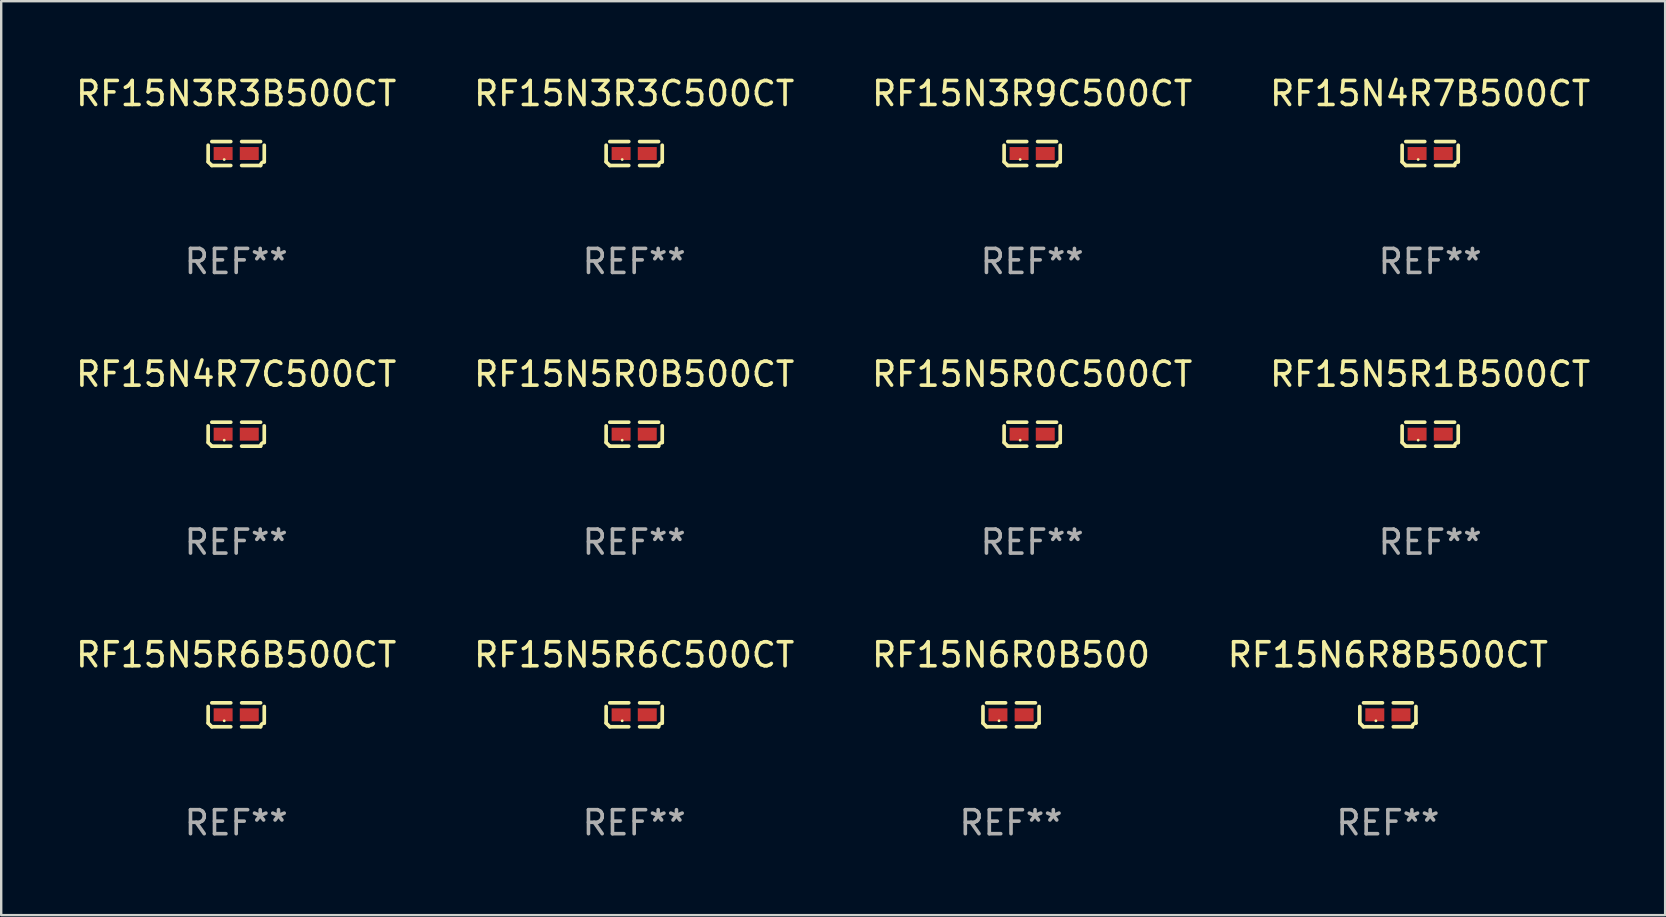
<source format=kicad_pcb>
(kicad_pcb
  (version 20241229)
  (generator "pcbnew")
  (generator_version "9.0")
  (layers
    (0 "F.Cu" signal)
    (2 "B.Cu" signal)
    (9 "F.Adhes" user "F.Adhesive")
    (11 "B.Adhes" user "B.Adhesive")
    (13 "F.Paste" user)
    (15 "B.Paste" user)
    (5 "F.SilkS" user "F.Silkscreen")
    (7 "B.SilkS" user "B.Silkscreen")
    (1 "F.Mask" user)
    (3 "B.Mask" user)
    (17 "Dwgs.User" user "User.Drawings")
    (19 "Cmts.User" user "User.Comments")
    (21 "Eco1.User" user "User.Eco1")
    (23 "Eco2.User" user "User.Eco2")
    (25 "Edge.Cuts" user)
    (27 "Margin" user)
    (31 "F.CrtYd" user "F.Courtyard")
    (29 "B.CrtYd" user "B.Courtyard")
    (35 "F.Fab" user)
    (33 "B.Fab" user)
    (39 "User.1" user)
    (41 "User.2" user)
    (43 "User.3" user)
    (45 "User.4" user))
  (footprint "RF15N5R1B500CT"
    (layer "F.Cu")
    (at 56.542 15.041)
    (property "Reference" "RF15N5R1B500CT" (at 0 -2.499 0) (layer "F.SilkS") (effects (font (size 1 1) (thickness 0.15))))
    (attr through_hole)
    (fp_line (start -1.169 0.346) (end -1.169 -0.346) (stroke (width 0.152) (type solid)) (layer "F.SilkS"))
    (fp_line (start -1.016 -0.499) (end -0.226 -0.499) (stroke (width 0.152) (type solid)) (layer "F.SilkS"))
    (fp_line (start -0.226 0.499) (end -1.016 0.499) (stroke (width 0.152) (type solid)) (layer "F.SilkS"))
    (fp_line (start 0.226 0.499) (end 1.016 0.499) (stroke (width 0.152) (type solid)) (layer "F.SilkS"))
    (fp_line (start 1.016 -0.499) (end 0.226 -0.499) (stroke (width 0.152) (type solid)) (layer "F.SilkS"))
    (fp_line (start 1.169 0.346) (end 1.169 -0.346) (stroke (width 0.152) (type solid)) (layer "F.SilkS"))
    (fp_arc (start -1.016307 0.498603) (mid -1.092512 0.422405) (end -1.16871 0.3462) (stroke (width 0.1524) (type solid)) (layer "F.SilkS"))
    (fp_arc (start 1.016307 0.498603) (mid 1.060899 0.390758) (end 1.168707 0.346076) (stroke (width 0.1524) (type solid)) (layer "F.SilkS"))
    (fp_circle (center -0.5 0.25) (end -0.47 0.25) (stroke (width 0.06) (type solid)) (fill no) (layer "F.SilkS"))
    (fp_text user "REF**" (at 0 4.499 0) (layer "F.Fab") (effects (font (size 1 1) (thickness 0.15))))
    (pad "1" smd rect (at -0.545 0) (size 0.79 0.54) (layers "F.Cu" "F.Mask" "F.Paste"))
    (pad "2" smd rect (at 0.545 0) (size 0.79 0.54) (layers "F.Cu" "F.Mask" "F.Paste")))
  (footprint "RF15N4R7B500CT"
    (layer "F.Cu")
    (at 56.542 3.347)
    (property "Reference" "RF15N4R7B500CT" (at 0 -2.499 0) (layer "F.SilkS") (effects (font (size 1 1) (thickness 0.15))))
    (attr through_hole)
    (fp_line (start -1.169 0.346) (end -1.169 -0.346) (stroke (width 0.152) (type solid)) (layer "F.SilkS"))
    (fp_line (start -1.016 -0.499) (end -0.226 -0.499) (stroke (width 0.152) (type solid)) (layer "F.SilkS"))
    (fp_line (start -0.226 0.499) (end -1.016 0.499) (stroke (width 0.152) (type solid)) (layer "F.SilkS"))
    (fp_line (start 0.226 0.499) (end 1.016 0.499) (stroke (width 0.152) (type solid)) (layer "F.SilkS"))
    (fp_line (start 1.016 -0.499) (end 0.226 -0.499) (stroke (width 0.152) (type solid)) (layer "F.SilkS"))
    (fp_line (start 1.169 0.346) (end 1.169 -0.346) (stroke (width 0.152) (type solid)) (layer "F.SilkS"))
    (fp_arc (start -1.016307 0.498603) (mid -1.092512 0.422405) (end -1.16871 0.3462) (stroke (width 0.1524) (type solid)) (layer "F.SilkS"))
    (fp_arc (start 1.016307 0.498603) (mid 1.060899 0.390758) (end 1.168707 0.346076) (stroke (width 0.1524) (type solid)) (layer "F.SilkS"))
    (fp_circle (center -0.5 0.25) (end -0.47 0.25) (stroke (width 0.06) (type solid)) (fill no) (layer "F.SilkS"))
    (fp_text user "REF**" (at 0 4.499 0) (layer "F.Fab") (effects (font (size 1 1) (thickness 0.15))))
    (pad "1" smd rect (at -0.545 0) (size 0.79 0.54) (layers "F.Cu" "F.Mask" "F.Paste"))
    (pad "2" smd rect (at 0.545 0) (size 0.79 0.54) (layers "F.Cu" "F.Mask" "F.Paste")))
  (footprint "RF15N6R0B500"
    (layer "F.Cu")
    (at 39.077 26.734)
    (property "Reference" "RF15N6R0B500" (at 0 -2.499 0) (layer "F.SilkS") (effects (font (size 1 1) (thickness 0.15))))
    (attr through_hole)
    (fp_line (start -1.169 0.346) (end -1.169 -0.346) (stroke (width 0.152) (type solid)) (layer "F.SilkS"))
    (fp_line (start -1.016 -0.499) (end -0.226 -0.499) (stroke (width 0.152) (type solid)) (layer "F.SilkS"))
    (fp_line (start -0.226 0.499) (end -1.016 0.499) (stroke (width 0.152) (type solid)) (layer "F.SilkS"))
    (fp_line (start 0.226 0.499) (end 1.016 0.499) (stroke (width 0.152) (type solid)) (layer "F.SilkS"))
    (fp_line (start 1.016 -0.499) (end 0.226 -0.499) (stroke (width 0.152) (type solid)) (layer "F.SilkS"))
    (fp_line (start 1.169 0.346) (end 1.169 -0.346) (stroke (width 0.152) (type solid)) (layer "F.SilkS"))
    (fp_arc (start -1.016307 0.498603) (mid -1.092512 0.422405) (end -1.16871 0.3462) (stroke (width 0.1524) (type solid)) (layer "F.SilkS"))
    (fp_arc (start 1.016307 0.498603) (mid 1.060899 0.390758) (end 1.168707 0.346076) (stroke (width 0.1524) (type solid)) (layer "F.SilkS"))
    (fp_circle (center -0.5 0.25) (end -0.47 0.25) (stroke (width 0.06) (type solid)) (fill no) (layer "F.SilkS"))
    (fp_text user "REF**" (at 0 4.499 0) (layer "F.Fab") (effects (font (size 1 1) (thickness 0.15))))
    (pad "1" smd rect (at -0.545 0) (size 0.79 0.54) (layers "F.Cu" "F.Mask" "F.Paste"))
    (pad "2" smd rect (at 0.545 0) (size 0.79 0.54) (layers "F.Cu" "F.Mask" "F.Paste")))
  (footprint "RF15N5R6C500CT"
    (layer "F.Cu")
    (at 23.375 26.734)
    (property "Reference" "RF15N5R6C500CT" (at 0 -2.499 0) (layer "F.SilkS") (effects (font (size 1 1) (thickness 0.15))))
    (attr through_hole)
    (fp_line (start -1.169 0.346) (end -1.169 -0.346) (stroke (width 0.152) (type solid)) (layer "F.SilkS"))
    (fp_line (start -1.016 -0.499) (end -0.226 -0.499) (stroke (width 0.152) (type solid)) (layer "F.SilkS"))
    (fp_line (start -0.226 0.499) (end -1.016 0.499) (stroke (width 0.152) (type solid)) (layer "F.SilkS"))
    (fp_line (start 0.226 0.499) (end 1.016 0.499) (stroke (width 0.152) (type solid)) (layer "F.SilkS"))
    (fp_line (start 1.016 -0.499) (end 0.226 -0.499) (stroke (width 0.152) (type solid)) (layer "F.SilkS"))
    (fp_line (start 1.169 0.346) (end 1.169 -0.346) (stroke (width 0.152) (type solid)) (layer "F.SilkS"))
    (fp_arc (start -1.016307 0.498603) (mid -1.092512 0.422405) (end -1.16871 0.3462) (stroke (width 0.1524) (type solid)) (layer "F.SilkS"))
    (fp_arc (start 1.016307 0.498603) (mid 1.060899 0.390758) (end 1.168707 0.346076) (stroke (width 0.1524) (type solid)) (layer "F.SilkS"))
    (fp_circle (center -0.5 0.25) (end -0.47 0.25) (stroke (width 0.06) (type solid)) (fill no) (layer "F.SilkS"))
    (fp_text user "REF**" (at 0 4.499 0) (layer "F.Fab") (effects (font (size 1 1) (thickness 0.15))))
    (pad "1" smd rect (at -0.545 0) (size 0.79 0.54) (layers "F.Cu" "F.Mask" "F.Paste"))
    (pad "2" smd rect (at 0.545 0) (size 0.79 0.54) (layers "F.Cu" "F.Mask" "F.Paste")))
  (footprint "RF15N5R6B500CT"
    (layer "F.Cu")
    (at 6.792 26.734)
    (property "Reference" "RF15N5R6B500CT" (at 0 -2.499 0) (layer "F.SilkS") (effects (font (size 1 1) (thickness 0.15))))
    (attr through_hole)
    (fp_line (start -1.169 0.346) (end -1.169 -0.346) (stroke (width 0.152) (type solid)) (layer "F.SilkS"))
    (fp_line (start -1.016 -0.499) (end -0.226 -0.499) (stroke (width 0.152) (type solid)) (layer "F.SilkS"))
    (fp_line (start -0.226 0.499) (end -1.016 0.499) (stroke (width 0.152) (type solid)) (layer "F.SilkS"))
    (fp_line (start 0.226 0.499) (end 1.016 0.499) (stroke (width 0.152) (type solid)) (layer "F.SilkS"))
    (fp_line (start 1.016 -0.499) (end 0.226 -0.499) (stroke (width 0.152) (type solid)) (layer "F.SilkS"))
    (fp_line (start 1.169 0.346) (end 1.169 -0.346) (stroke (width 0.152) (type solid)) (layer "F.SilkS"))
    (fp_arc (start -1.016307 0.498603) (mid -1.092512 0.422405) (end -1.16871 0.3462) (stroke (width 0.1524) (type solid)) (layer "F.SilkS"))
    (fp_arc (start 1.016307 0.498603) (mid 1.060899 0.390758) (end 1.168707 0.346076) (stroke (width 0.1524) (type solid)) (layer "F.SilkS"))
    (fp_circle (center -0.5 0.25) (end -0.47 0.25) (stroke (width 0.06) (type solid)) (fill no) (layer "F.SilkS"))
    (fp_text user "REF**" (at 0 4.499 0) (layer "F.Fab") (effects (font (size 1 1) (thickness 0.15))))
    (pad "1" smd rect (at -0.545 0) (size 0.79 0.54) (layers "F.Cu" "F.Mask" "F.Paste"))
    (pad "2" smd rect (at 0.545 0) (size 0.79 0.54) (layers "F.Cu" "F.Mask" "F.Paste")))
  (footprint "RF15N5R0B500CT"
    (layer "F.Cu")
    (at 23.375 15.041)
    (property "Reference" "RF15N5R0B500CT" (at 0 -2.499 0) (layer "F.SilkS") (effects (font (size 1 1) (thickness 0.15))))
    (attr through_hole)
    (fp_line (start -1.169 0.346) (end -1.169 -0.346) (stroke (width 0.152) (type solid)) (layer "F.SilkS"))
    (fp_line (start -1.016 -0.499) (end -0.226 -0.499) (stroke (width 0.152) (type solid)) (layer "F.SilkS"))
    (fp_line (start -0.226 0.499) (end -1.016 0.499) (stroke (width 0.152) (type solid)) (layer "F.SilkS"))
    (fp_line (start 0.226 0.499) (end 1.016 0.499) (stroke (width 0.152) (type solid)) (layer "F.SilkS"))
    (fp_line (start 1.016 -0.499) (end 0.226 -0.499) (stroke (width 0.152) (type solid)) (layer "F.SilkS"))
    (fp_line (start 1.169 0.346) (end 1.169 -0.346) (stroke (width 0.152) (type solid)) (layer "F.SilkS"))
    (fp_arc (start -1.016307 0.498603) (mid -1.092512 0.422405) (end -1.16871 0.3462) (stroke (width 0.1524) (type solid)) (layer "F.SilkS"))
    (fp_arc (start 1.016307 0.498603) (mid 1.060899 0.390758) (end 1.168707 0.346076) (stroke (width 0.1524) (type solid)) (layer "F.SilkS"))
    (fp_circle (center -0.5 0.25) (end -0.47 0.25) (stroke (width 0.06) (type solid)) (fill no) (layer "F.SilkS"))
    (fp_text user "REF**" (at 0 4.499 0) (layer "F.Fab") (effects (font (size 1 1) (thickness 0.15))))
    (pad "1" smd rect (at -0.545 0) (size 0.79 0.54) (layers "F.Cu" "F.Mask" "F.Paste"))
    (pad "2" smd rect (at 0.545 0) (size 0.79 0.54) (layers "F.Cu" "F.Mask" "F.Paste")))
  (footprint "RF15N3R9C500CT"
    (layer "F.Cu")
    (at 39.958 3.347)
    (property "Reference" "RF15N3R9C500CT" (at 0 -2.499 0) (layer "F.SilkS") (effects (font (size 1 1) (thickness 0.15))))
    (attr through_hole)
    (fp_line (start -1.169 0.346) (end -1.169 -0.346) (stroke (width 0.152) (type solid)) (layer "F.SilkS"))
    (fp_line (start -1.016 -0.499) (end -0.226 -0.499) (stroke (width 0.152) (type solid)) (layer "F.SilkS"))
    (fp_line (start -0.226 0.499) (end -1.016 0.499) (stroke (width 0.152) (type solid)) (layer "F.SilkS"))
    (fp_line (start 0.226 0.499) (end 1.016 0.499) (stroke (width 0.152) (type solid)) (layer "F.SilkS"))
    (fp_line (start 1.016 -0.499) (end 0.226 -0.499) (stroke (width 0.152) (type solid)) (layer "F.SilkS"))
    (fp_line (start 1.169 0.346) (end 1.169 -0.346) (stroke (width 0.152) (type solid)) (layer "F.SilkS"))
    (fp_arc (start -1.016307 0.498603) (mid -1.092512 0.422405) (end -1.16871 0.3462) (stroke (width 0.1524) (type solid)) (layer "F.SilkS"))
    (fp_arc (start 1.016307 0.498603) (mid 1.060899 0.390758) (end 1.168707 0.346076) (stroke (width 0.1524) (type solid)) (layer "F.SilkS"))
    (fp_circle (center -0.5 0.25) (end -0.47 0.25) (stroke (width 0.06) (type solid)) (fill no) (layer "F.SilkS"))
    (fp_text user "REF**" (at 0 4.499 0) (layer "F.Fab") (effects (font (size 1 1) (thickness 0.15))))
    (pad "1" smd rect (at -0.545 0) (size 0.79 0.54) (layers "F.Cu" "F.Mask" "F.Paste"))
    (pad "2" smd rect (at 0.545 0) (size 0.79 0.54) (layers "F.Cu" "F.Mask" "F.Paste")))
  (footprint "RF15N4R7C500CT"
    (layer "F.Cu")
    (at 6.792 15.041)
    (property "Reference" "RF15N4R7C500CT" (at 0 -2.499 0) (layer "F.SilkS") (effects (font (size 1 1) (thickness 0.15))))
    (attr through_hole)
    (fp_line (start -1.169 0.346) (end -1.169 -0.346) (stroke (width 0.152) (type solid)) (layer "F.SilkS"))
    (fp_line (start -1.016 -0.499) (end -0.226 -0.499) (stroke (width 0.152) (type solid)) (layer "F.SilkS"))
    (fp_line (start -0.226 0.499) (end -1.016 0.499) (stroke (width 0.152) (type solid)) (layer "F.SilkS"))
    (fp_line (start 0.226 0.499) (end 1.016 0.499) (stroke (width 0.152) (type solid)) (layer "F.SilkS"))
    (fp_line (start 1.016 -0.499) (end 0.226 -0.499) (stroke (width 0.152) (type solid)) (layer "F.SilkS"))
    (fp_line (start 1.169 0.346) (end 1.169 -0.346) (stroke (width 0.152) (type solid)) (layer "F.SilkS"))
    (fp_arc (start -1.016307 0.498603) (mid -1.092512 0.422405) (end -1.16871 0.3462) (stroke (width 0.1524) (type solid)) (layer "F.SilkS"))
    (fp_arc (start 1.016307 0.498603) (mid 1.060899 0.390758) (end 1.168707 0.346076) (stroke (width 0.1524) (type solid)) (layer "F.SilkS"))
    (fp_circle (center -0.5 0.25) (end -0.47 0.25) (stroke (width 0.06) (type solid)) (fill no) (layer "F.SilkS"))
    (fp_text user "REF**" (at 0 4.499 0) (layer "F.Fab") (effects (font (size 1 1) (thickness 0.15))))
    (pad "1" smd rect (at -0.545 0) (size 0.79 0.54) (layers "F.Cu" "F.Mask" "F.Paste"))
    (pad "2" smd rect (at 0.545 0) (size 0.79 0.54) (layers "F.Cu" "F.Mask" "F.Paste")))
  (footprint "RF15N3R3B500CT"
    (layer "F.Cu")
    (at 6.792 3.347)
    (property "Reference" "RF15N3R3B500CT" (at 0 -2.499 0) (layer "F.SilkS") (effects (font (size 1 1) (thickness 0.15))))
    (attr through_hole)
    (fp_line (start -1.169 0.346) (end -1.169 -0.346) (stroke (width 0.152) (type solid)) (layer "F.SilkS"))
    (fp_line (start -1.016 -0.499) (end -0.226 -0.499) (stroke (width 0.152) (type solid)) (layer "F.SilkS"))
    (fp_line (start -0.226 0.499) (end -1.016 0.499) (stroke (width 0.152) (type solid)) (layer "F.SilkS"))
    (fp_line (start 0.226 0.499) (end 1.016 0.499) (stroke (width 0.152) (type solid)) (layer "F.SilkS"))
    (fp_line (start 1.016 -0.499) (end 0.226 -0.499) (stroke (width 0.152) (type solid)) (layer "F.SilkS"))
    (fp_line (start 1.169 0.346) (end 1.169 -0.346) (stroke (width 0.152) (type solid)) (layer "F.SilkS"))
    (fp_arc (start -1.016307 0.498603) (mid -1.092512 0.422405) (end -1.16871 0.3462) (stroke (width 0.1524) (type solid)) (layer "F.SilkS"))
    (fp_arc (start 1.016307 0.498603) (mid 1.060899 0.390758) (end 1.168707 0.346076) (stroke (width 0.1524) (type solid)) (layer "F.SilkS"))
    (fp_circle (center -0.5 0.25) (end -0.47 0.25) (stroke (width 0.06) (type solid)) (fill no) (layer "F.SilkS"))
    (fp_text user "REF**" (at 0 4.499 0) (layer "F.Fab") (effects (font (size 1 1) (thickness 0.15))))
    (pad "1" smd rect (at -0.545 0) (size 0.79 0.54) (layers "F.Cu" "F.Mask" "F.Paste"))
    (pad "2" smd rect (at 0.545 0) (size 0.79 0.54) (layers "F.Cu" "F.Mask" "F.Paste")))
  (footprint "RF15N3R3C500CT"
    (layer "F.Cu")
    (at 23.375 3.347)
    (property "Reference" "RF15N3R3C500CT" (at 0 -2.499 0) (layer "F.SilkS") (effects (font (size 1 1) (thickness 0.15))))
    (attr through_hole)
    (fp_line (start -1.169 0.346) (end -1.169 -0.346) (stroke (width 0.152) (type solid)) (layer "F.SilkS"))
    (fp_line (start -1.016 -0.499) (end -0.226 -0.499) (stroke (width 0.152) (type solid)) (layer "F.SilkS"))
    (fp_line (start -0.226 0.499) (end -1.016 0.499) (stroke (width 0.152) (type solid)) (layer "F.SilkS"))
    (fp_line (start 0.226 0.499) (end 1.016 0.499) (stroke (width 0.152) (type solid)) (layer "F.SilkS"))
    (fp_line (start 1.016 -0.499) (end 0.226 -0.499) (stroke (width 0.152) (type solid)) (layer "F.SilkS"))
    (fp_line (start 1.169 0.346) (end 1.169 -0.346) (stroke (width 0.152) (type solid)) (layer "F.SilkS"))
    (fp_arc (start -1.016307 0.498603) (mid -1.092512 0.422405) (end -1.16871 0.3462) (stroke (width 0.1524) (type solid)) (layer "F.SilkS"))
    (fp_arc (start 1.016307 0.498603) (mid 1.060899 0.390758) (end 1.168707 0.346076) (stroke (width 0.1524) (type solid)) (layer "F.SilkS"))
    (fp_circle (center -0.5 0.25) (end -0.47 0.25) (stroke (width 0.06) (type solid)) (fill no) (layer "F.SilkS"))
    (fp_text user "REF**" (at 0 4.499 0) (layer "F.Fab") (effects (font (size 1 1) (thickness 0.15))))
    (pad "1" smd rect (at -0.545 0) (size 0.79 0.54) (layers "F.Cu" "F.Mask" "F.Paste"))
    (pad "2" smd rect (at 0.545 0) (size 0.79 0.54) (layers "F.Cu" "F.Mask" "F.Paste")))
  (footprint "RF15N6R8B500CT"
    (layer "F.Cu")
    (at 54.78 26.734)
    (property "Reference" "RF15N6R8B500CT" (at 0 -2.499 0) (layer "F.SilkS") (effects (font (size 1 1) (thickness 0.15))))
    (attr through_hole)
    (fp_line (start -1.169 0.346) (end -1.169 -0.346) (stroke (width 0.152) (type solid)) (layer "F.SilkS"))
    (fp_line (start -1.016 -0.499) (end -0.226 -0.499) (stroke (width 0.152) (type solid)) (layer "F.SilkS"))
    (fp_line (start -0.226 0.499) (end -1.016 0.499) (stroke (width 0.152) (type solid)) (layer "F.SilkS"))
    (fp_line (start 0.226 0.499) (end 1.016 0.499) (stroke (width 0.152) (type solid)) (layer "F.SilkS"))
    (fp_line (start 1.016 -0.499) (end 0.226 -0.499) (stroke (width 0.152) (type solid)) (layer "F.SilkS"))
    (fp_line (start 1.169 0.346) (end 1.169 -0.346) (stroke (width 0.152) (type solid)) (layer "F.SilkS"))
    (fp_arc (start -1.016307 0.498603) (mid -1.092512 0.422405) (end -1.16871 0.3462) (stroke (width 0.1524) (type solid)) (layer "F.SilkS"))
    (fp_arc (start 1.016307 0.498603) (mid 1.060899 0.390758) (end 1.168707 0.346076) (stroke (width 0.1524) (type solid)) (layer "F.SilkS"))
    (fp_circle (center -0.5 0.25) (end -0.47 0.25) (stroke (width 0.06) (type solid)) (fill no) (layer "F.SilkS"))
    (fp_text user "REF**" (at 0 4.499 0) (layer "F.Fab") (effects (font (size 1 1) (thickness 0.15))))
    (pad "1" smd rect (at -0.545 0) (size 0.79 0.54) (layers "F.Cu" "F.Mask" "F.Paste"))
    (pad "2" smd rect (at 0.545 0) (size 0.79 0.54) (layers "F.Cu" "F.Mask" "F.Paste")))
  (footprint "RF15N5R0C500CT"
    (layer "F.Cu")
    (at 39.958 15.041)
    (property "Reference" "RF15N5R0C500CT" (at 0 -2.499 0) (layer "F.SilkS") (effects (font (size 1 1) (thickness 0.15))))
    (attr through_hole)
    (fp_line (start -1.169 0.346) (end -1.169 -0.346) (stroke (width 0.152) (type solid)) (layer "F.SilkS"))
    (fp_line (start -1.016 -0.499) (end -0.226 -0.499) (stroke (width 0.152) (type solid)) (layer "F.SilkS"))
    (fp_line (start -0.226 0.499) (end -1.016 0.499) (stroke (width 0.152) (type solid)) (layer "F.SilkS"))
    (fp_line (start 0.226 0.499) (end 1.016 0.499) (stroke (width 0.152) (type solid)) (layer "F.SilkS"))
    (fp_line (start 1.016 -0.499) (end 0.226 -0.499) (stroke (width 0.152) (type solid)) (layer "F.SilkS"))
    (fp_line (start 1.169 0.346) (end 1.169 -0.346) (stroke (width 0.152) (type solid)) (layer "F.SilkS"))
    (fp_arc (start -1.016307 0.498603) (mid -1.092512 0.422405) (end -1.16871 0.3462) (stroke (width 0.1524) (type solid)) (layer "F.SilkS"))
    (fp_arc (start 1.016307 0.498603) (mid 1.060899 0.390758) (end 1.168707 0.346076) (stroke (width 0.1524) (type solid)) (layer "F.SilkS"))
    (fp_circle (center -0.5 0.25) (end -0.47 0.25) (stroke (width 0.06) (type solid)) (fill no) (layer "F.SilkS"))
    (fp_text user "REF**" (at 0 4.499 0) (layer "F.Fab") (effects (font (size 1 1) (thickness 0.15))))
    (pad "1" smd rect (at -0.545 0) (size 0.79 0.54) (layers "F.Cu" "F.Mask" "F.Paste"))
    (pad "2" smd rect (at 0.545 0) (size 0.79 0.54) (layers "F.Cu" "F.Mask" "F.Paste")))
  (gr_rect
    (start -3 -3)
    (end 66.333 35.081)
    (stroke (width 0.1) (type default))
    (fill no)
    (layer "Edge.Cuts")))
</source>
